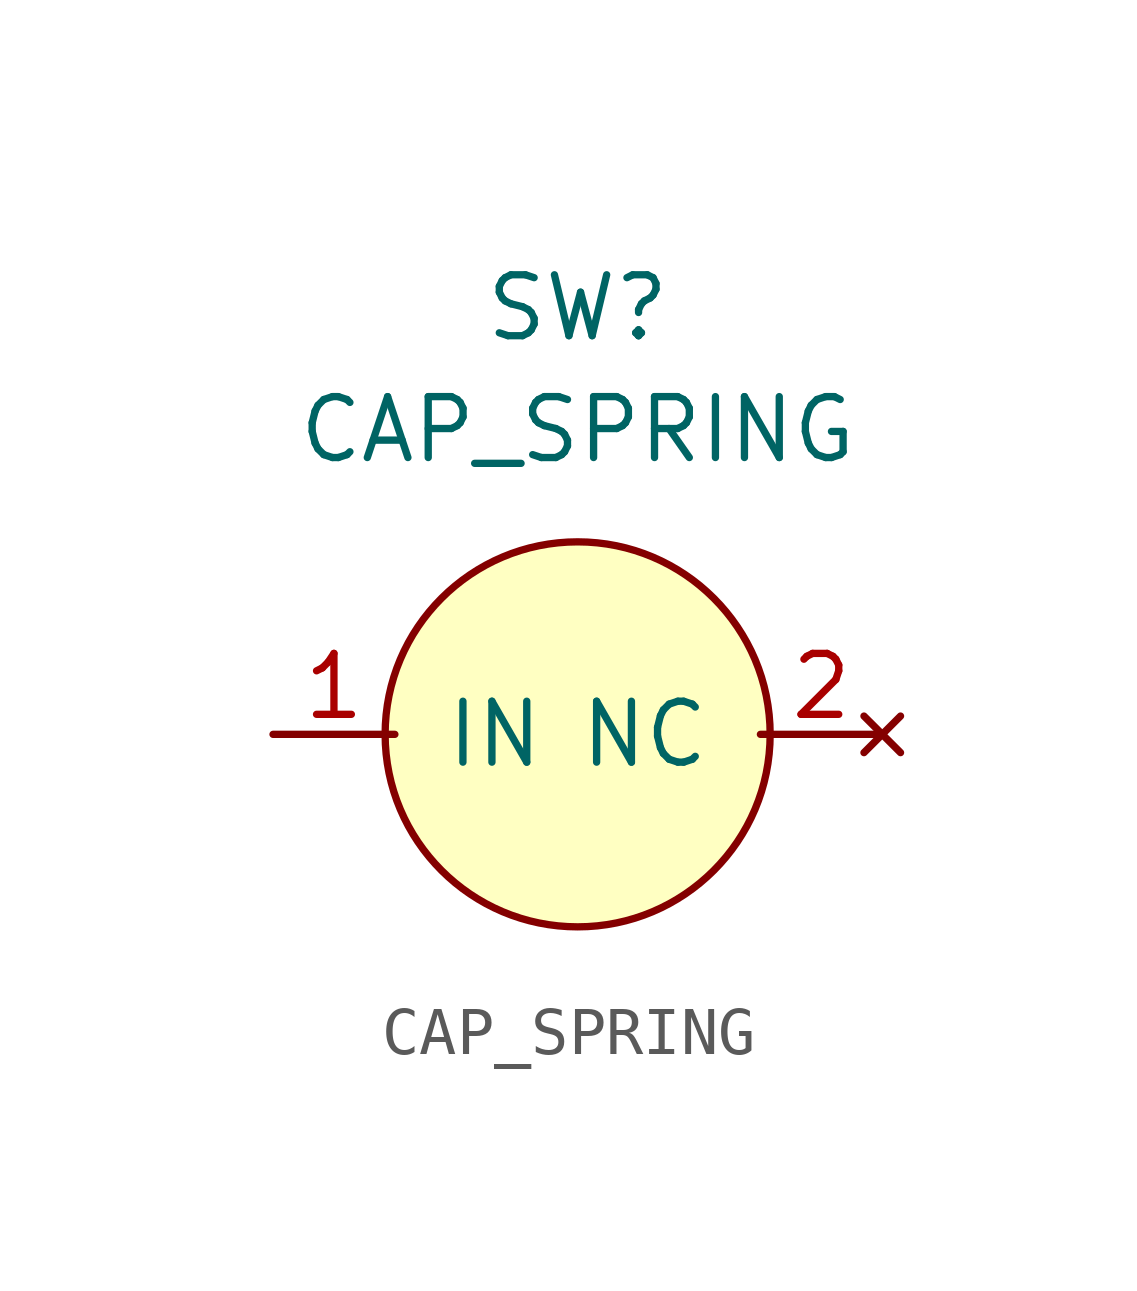
<source format=kicad_sym>
(kicad_symbol_lib
  (version 20201005)
  (generator kicad_symbol_editor)
  (symbol "CAP_SPRING"
    (pin_names
      (offset 1.016))
    (property "Reference" "SW"
      (at 0 8.89 0)
      (effects (font (size 1.27 1.27))))
    (property "Value" "CAP_SPRING"
      (at 0 6.35 0)
      (effects (font (size 1.27 1.27))))
    (symbol "CAP_SPRING_0_1"
      (circle (center 0 0) (radius 4.013) (stroke (width 0)) (fill (type background))))
    (symbol "CAP_SPRING_1_1"
      (pin bidirectional line (at -6.35 0 0) (length 2.54) (name "IN" (effects (font (size 1.27 1.27)))) (number "1" (effects (font (size 1.27 1.27)))))
      (pin no_connect line (at 6.35 0 180) (length 2.54) (name "NC" (effects (font (size 1.27 1.27)))) (number "2" (effects (font (size 1.27 1.27))))))))
</source>
